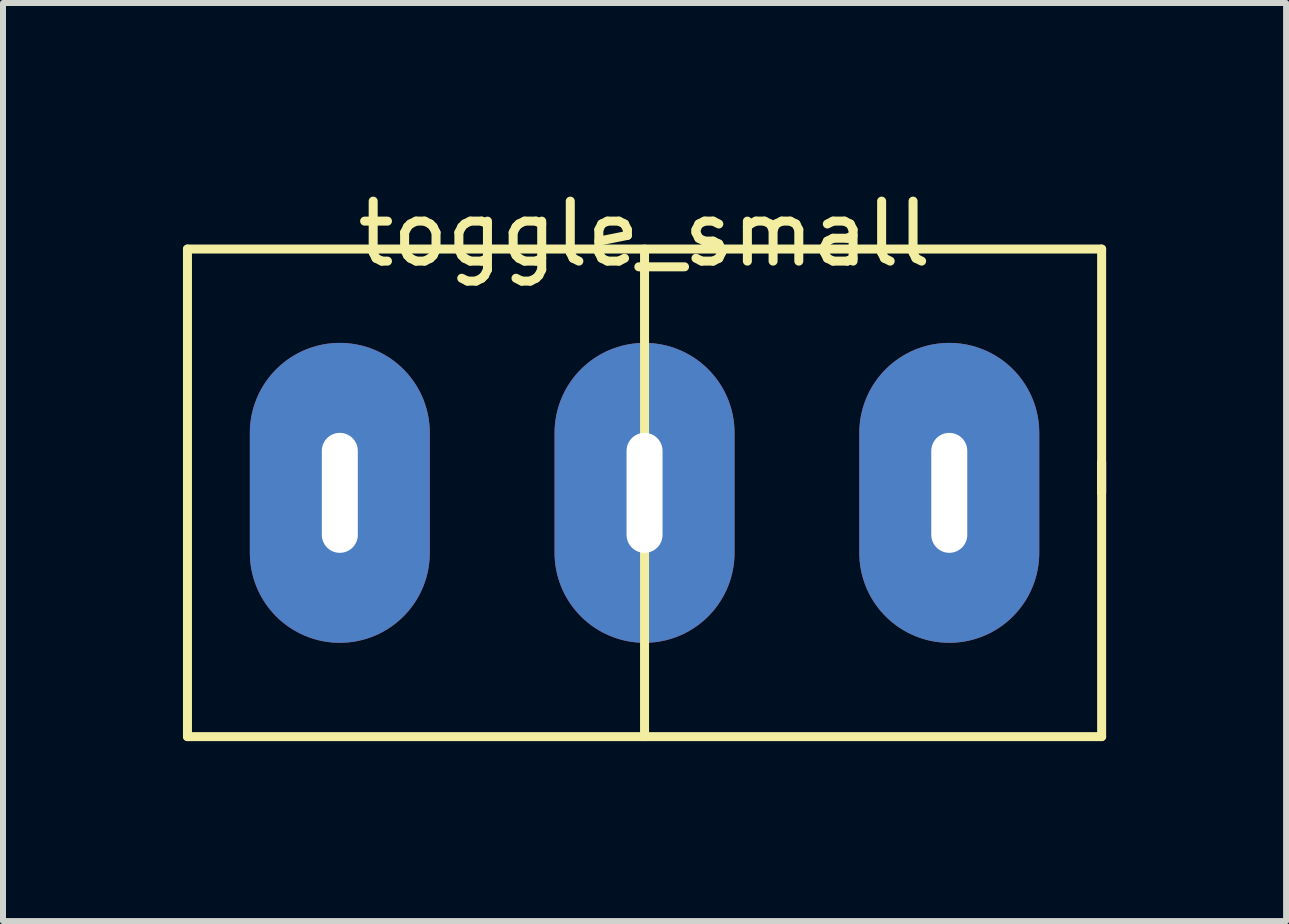
<source format=kicad_pcb>
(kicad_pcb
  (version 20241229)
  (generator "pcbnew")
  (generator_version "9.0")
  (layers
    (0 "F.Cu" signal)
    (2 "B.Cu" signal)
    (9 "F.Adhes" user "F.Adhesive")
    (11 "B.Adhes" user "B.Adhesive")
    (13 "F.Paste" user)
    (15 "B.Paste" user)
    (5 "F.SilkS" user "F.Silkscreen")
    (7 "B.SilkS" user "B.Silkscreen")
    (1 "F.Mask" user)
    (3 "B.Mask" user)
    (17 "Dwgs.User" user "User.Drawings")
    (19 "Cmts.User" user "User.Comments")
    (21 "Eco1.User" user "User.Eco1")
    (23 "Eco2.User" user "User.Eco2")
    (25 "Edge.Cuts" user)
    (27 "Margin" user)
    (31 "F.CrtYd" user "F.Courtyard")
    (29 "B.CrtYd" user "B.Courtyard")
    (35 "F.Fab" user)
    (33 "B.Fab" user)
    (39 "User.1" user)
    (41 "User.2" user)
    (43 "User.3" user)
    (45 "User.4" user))
  (footprint "toggle_small"
    (layer "F.Cu")
    (at 7.695 5.166)
    (property "Reference" "toggle_small" (at 0 -4.318 0) (layer "F.SilkS") (effects (font (size 1 1) (thickness 0.15))))
    (attr through_hole)
    (fp_line (start -7.62 -4.064) (end -7.62 4.064) (stroke (width 0.15) (type solid)) (layer "F.SilkS"))
    (fp_line (start -7.62 4.064) (end 7.62 4.064) (stroke (width 0.15) (type solid)) (layer "F.SilkS"))
    (fp_line (start 0 4.064) (end 0 -4.064) (stroke (width 0.15) (type solid)) (layer "F.SilkS"))
    (fp_line (start 7.62 -4.064) (end -7.62 -4.064) (stroke (width 0.15) (type solid)) (layer "F.SilkS"))
    (fp_line (start 7.62 0) (end 7.62 -4.064) (stroke (width 0.15) (type solid)) (layer "F.SilkS"))
    (fp_line (start 7.62 4.064) (end 7.62 -0.508) (stroke (width 0.15) (type solid)) (layer "F.SilkS"))
    (pad "1" thru_hole oval (at -5.08 0) (size 3 5) (drill oval 0.6 2) (layers "*.Cu" "*.Mask"))
    (pad "2" thru_hole oval (at 0 0) (size 3 5) (drill oval 0.6 2) (layers "*.Cu" "*.Mask"))
    (pad "3" thru_hole oval (at 5.08 0) (size 3 5) (drill oval 0.6 2) (layers "*.Cu" "*.Mask")))
  (gr_rect
    (start -3 -3)
    (end 18.39 12.305)
    (stroke (width 0.1) (type default))
    (fill no)
    (layer "Edge.Cuts")))
</source>
